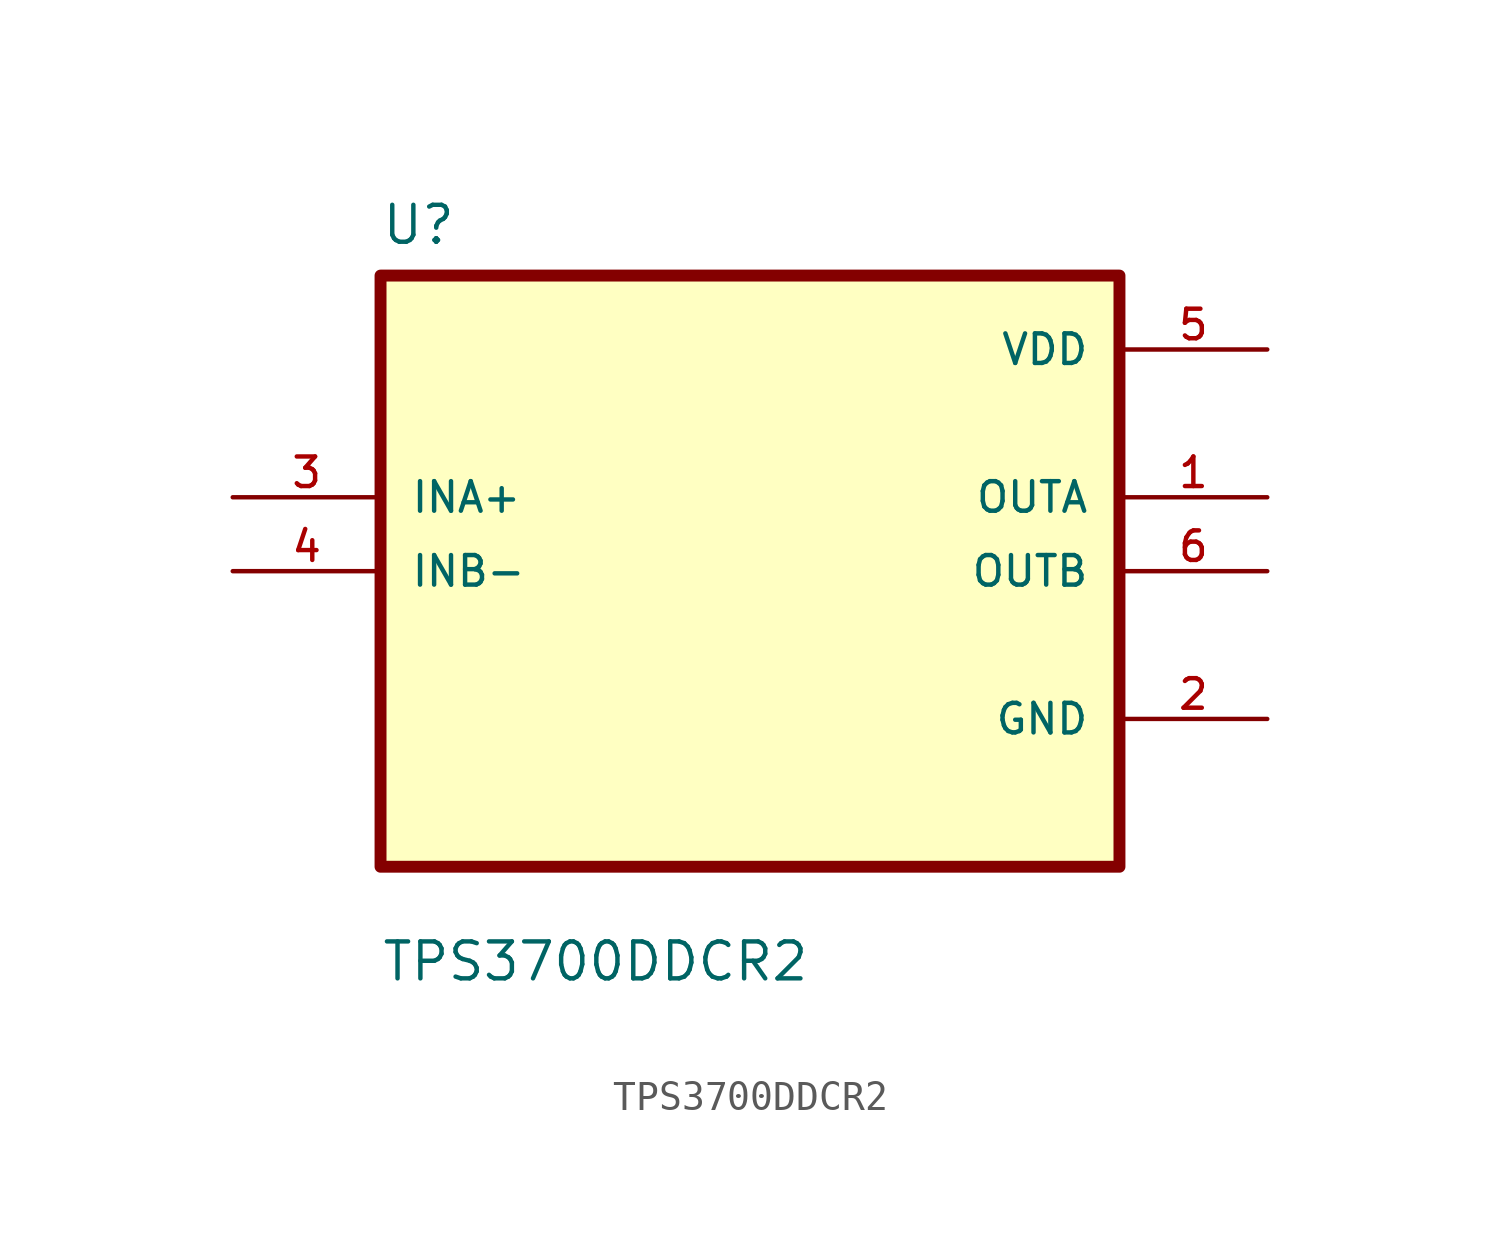
<source format=kicad_sym>
(kicad_symbol_lib
  (version 20211014)
  (generator kicad_symbol_editor)
  (symbol "TPS3700DDCR2"
    (pin_names
      (offset 1.016))
    (property "Reference" "U"
      (at -12.7 11.16 0.0)
      (effects (font (size 1.27 1.27)) (justify bottom left)))
    (property "Value" "TPS3700DDCR2"
      (at -12.7 -14.16 0.0)
      (effects (font (size 1.27 1.27)) (justify bottom left)))
    (symbol "TPS3700DDCR2_0_0"
      (rectangle (start -12.7 -10.16) (end 12.7 10.16) (stroke (width 0.41)) (fill (type background)))
      (pin input line (at -17.78 2.54 0) (length 5.08) (name "INA+" (effects (font (size 1.016 1.016)))) (number "3" (effects (font (size 1.016 1.016)))))
      (pin input line (at -17.78 0.0 0) (length 5.08) (name "INB-" (effects (font (size 1.016 1.016)))) (number "4" (effects (font (size 1.016 1.016)))))
      (pin power_in line (at 17.78 7.62 180.0) (length 5.08) (name "VDD" (effects (font (size 1.016 1.016)))) (number "5" (effects (font (size 1.016 1.016)))))
      (pin output line (at 17.78 2.54 180.0) (length 5.08) (name "OUTA" (effects (font (size 1.016 1.016)))) (number "1" (effects (font (size 1.016 1.016)))))
      (pin output line (at 17.78 0.0 180.0) (length 5.08) (name "OUTB" (effects (font (size 1.016 1.016)))) (number "6" (effects (font (size 1.016 1.016)))))
      (pin power_in line (at 17.78 -5.08 180.0) (length 5.08) (name "GND" (effects (font (size 1.016 1.016)))) (number "2" (effects (font (size 1.016 1.016))))))))
</source>
